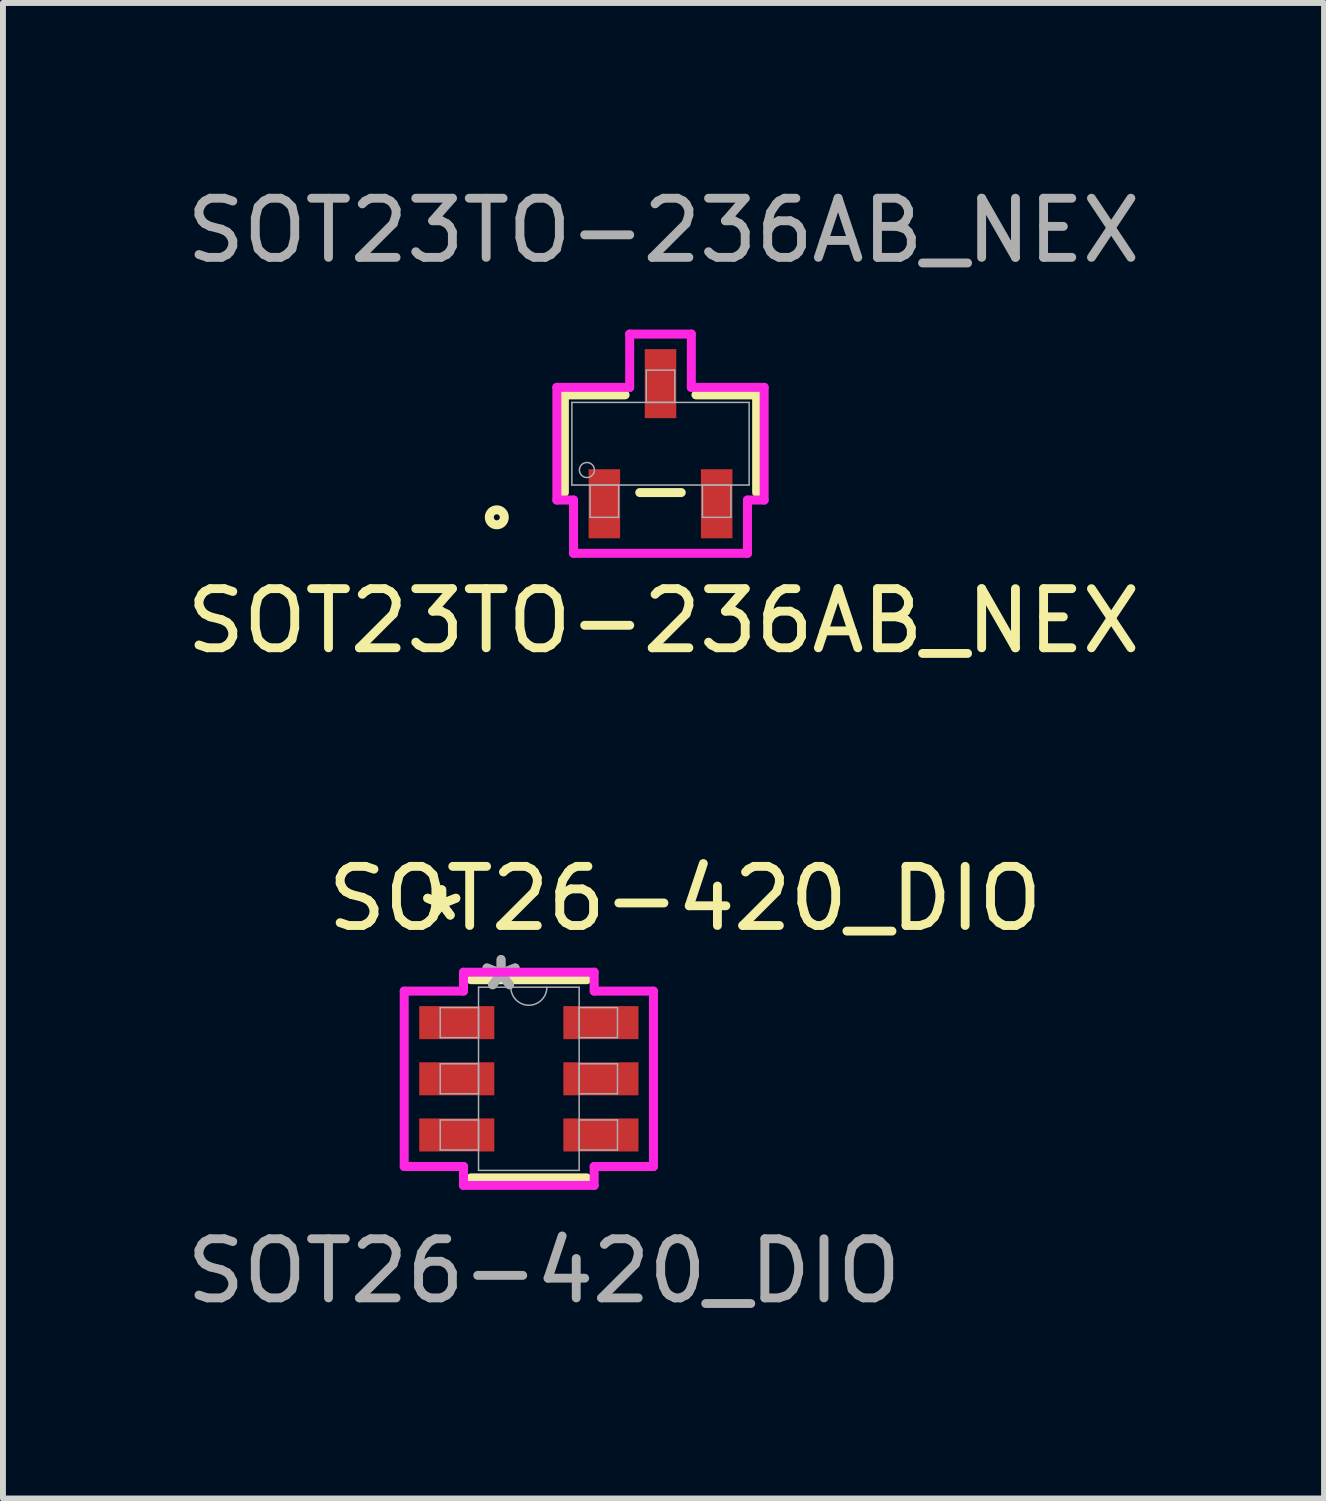
<source format=kicad_pcb>
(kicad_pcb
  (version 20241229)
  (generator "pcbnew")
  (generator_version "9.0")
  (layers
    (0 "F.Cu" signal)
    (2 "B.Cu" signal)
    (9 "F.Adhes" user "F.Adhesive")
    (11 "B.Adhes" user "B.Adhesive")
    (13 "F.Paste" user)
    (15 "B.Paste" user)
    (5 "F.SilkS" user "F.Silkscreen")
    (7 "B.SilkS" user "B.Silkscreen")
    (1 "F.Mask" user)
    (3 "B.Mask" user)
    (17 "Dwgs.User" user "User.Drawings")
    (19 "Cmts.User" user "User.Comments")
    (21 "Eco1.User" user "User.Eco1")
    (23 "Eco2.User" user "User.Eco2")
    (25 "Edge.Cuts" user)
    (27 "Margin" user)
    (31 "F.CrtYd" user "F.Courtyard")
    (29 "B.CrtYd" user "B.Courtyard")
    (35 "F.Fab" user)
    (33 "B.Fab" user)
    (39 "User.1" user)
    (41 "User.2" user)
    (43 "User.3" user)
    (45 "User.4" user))
  (footprint "SOT26-420_DIO"
    (layer "F.Cu")
    (at 5.895 15.197)
    (property "Reference" "SOT26-420_DIO" (at 2.642 -3.048 0) (unlocked yes) (layer "F.SilkS") (effects (font (size 1 1) (thickness 0.15))))
    (attr smd)
    (fp_line (start -0.978 1.676) (end 0.978 1.676) (stroke (width 0.152) (type solid)) (layer "F.SilkS"))
    (fp_line (start 0.978 -1.676) (end -0.978 -1.676) (stroke (width 0.152) (type solid)) (layer "F.SilkS"))
    (fp_line (start -2.108 -1.483) (end -1.105 -1.483) (stroke (width 0.152) (type solid)) (layer "F.CrtYd"))
    (fp_line (start -2.108 1.483) (end -2.108 -1.483) (stroke (width 0.152) (type solid)) (layer "F.CrtYd"))
    (fp_line (start -2.108 1.483) (end -1.105 1.483) (stroke (width 0.152) (type solid)) (layer "F.CrtYd"))
    (fp_line (start -1.105 -1.803) (end 1.105 -1.803) (stroke (width 0.152) (type solid)) (layer "F.CrtYd"))
    (fp_line (start -1.105 -1.483) (end -1.105 -1.803) (stroke (width 0.152) (type solid)) (layer "F.CrtYd"))
    (fp_line (start -1.105 1.803) (end -1.105 1.483) (stroke (width 0.152) (type solid)) (layer "F.CrtYd"))
    (fp_line (start 1.105 -1.803) (end 1.105 -1.483) (stroke (width 0.152) (type solid)) (layer "F.CrtYd"))
    (fp_line (start 1.105 1.483) (end 1.105 1.803) (stroke (width 0.152) (type solid)) (layer "F.CrtYd"))
    (fp_line (start 1.105 1.803) (end -1.105 1.803) (stroke (width 0.152) (type solid)) (layer "F.CrtYd"))
    (fp_line (start 2.108 -1.483) (end 1.105 -1.483) (stroke (width 0.152) (type solid)) (layer "F.CrtYd"))
    (fp_line (start 2.108 -1.483) (end 2.108 1.483) (stroke (width 0.152) (type solid)) (layer "F.CrtYd"))
    (fp_line (start 2.108 1.483) (end 1.105 1.483) (stroke (width 0.152) (type solid)) (layer "F.CrtYd"))
    (fp_line (start -1.499 -1.204) (end -1.499 -0.696) (stroke (width 0.025) (type solid)) (layer "F.Fab"))
    (fp_line (start -1.499 -0.696) (end -0.851 -0.696) (stroke (width 0.025) (type solid)) (layer "F.Fab"))
    (fp_line (start -1.499 -0.254) (end -1.499 0.254) (stroke (width 0.025) (type solid)) (layer "F.Fab"))
    (fp_line (start -1.499 0.254) (end -0.851 0.254) (stroke (width 0.025) (type solid)) (layer "F.Fab"))
    (fp_line (start -1.499 0.696) (end -1.499 1.204) (stroke (width 0.025) (type solid)) (layer "F.Fab"))
    (fp_line (start -1.499 1.204) (end -0.851 1.204) (stroke (width 0.025) (type solid)) (layer "F.Fab"))
    (fp_line (start -0.851 -1.549) (end -0.851 1.549) (stroke (width 0.025) (type solid)) (layer "F.Fab"))
    (fp_line (start -0.851 -1.204) (end -1.499 -1.204) (stroke (width 0.025) (type solid)) (layer "F.Fab"))
    (fp_line (start -0.851 -0.696) (end -0.851 -1.204) (stroke (width 0.025) (type solid)) (layer "F.Fab"))
    (fp_line (start -0.851 -0.254) (end -1.499 -0.254) (stroke (width 0.025) (type solid)) (layer "F.Fab"))
    (fp_line (start -0.851 0.254) (end -0.851 -0.254) (stroke (width 0.025) (type solid)) (layer "F.Fab"))
    (fp_line (start -0.851 0.696) (end -1.499 0.696) (stroke (width 0.025) (type solid)) (layer "F.Fab"))
    (fp_line (start -0.851 1.204) (end -0.851 0.696) (stroke (width 0.025) (type solid)) (layer "F.Fab"))
    (fp_line (start -0.851 1.549) (end 0.851 1.549) (stroke (width 0.025) (type solid)) (layer "F.Fab"))
    (fp_line (start 0.851 -1.549) (end -0.851 -1.549) (stroke (width 0.025) (type solid)) (layer "F.Fab"))
    (fp_line (start 0.851 -1.204) (end 0.851 -0.696) (stroke (width 0.025) (type solid)) (layer "F.Fab"))
    (fp_line (start 0.851 -0.696) (end 1.499 -0.696) (stroke (width 0.025) (type solid)) (layer "F.Fab"))
    (fp_line (start 0.851 -0.254) (end 0.851 0.254) (stroke (width 0.025) (type solid)) (layer "F.Fab"))
    (fp_line (start 0.851 0.254) (end 1.499 0.254) (stroke (width 0.025) (type solid)) (layer "F.Fab"))
    (fp_line (start 0.851 0.696) (end 0.851 1.204) (stroke (width 0.025) (type solid)) (layer "F.Fab"))
    (fp_line (start 0.851 1.204) (end 1.499 1.204) (stroke (width 0.025) (type solid)) (layer "F.Fab"))
    (fp_line (start 0.851 1.549) (end 0.851 -1.549) (stroke (width 0.025) (type solid)) (layer "F.Fab"))
    (fp_line (start 1.499 -1.204) (end 0.851 -1.204) (stroke (width 0.025) (type solid)) (layer "F.Fab"))
    (fp_line (start 1.499 -0.696) (end 1.499 -1.204) (stroke (width 0.025) (type solid)) (layer "F.Fab"))
    (fp_line (start 1.499 -0.254) (end 0.851 -0.254) (stroke (width 0.025) (type solid)) (layer "F.Fab"))
    (fp_line (start 1.499 0.254) (end 1.499 -0.254) (stroke (width 0.025) (type solid)) (layer "F.Fab"))
    (fp_line (start 1.499 0.696) (end 0.851 0.696) (stroke (width 0.025) (type solid)) (layer "F.Fab"))
    (fp_line (start 1.499 1.204) (end 1.499 0.696) (stroke (width 0.025) (type solid)) (layer "F.Fab"))
    (fp_arc (start 0.3048 -1.5494) (mid 0 -1.2446) (end -0.3048 -1.5494) (stroke (width 0.0254) (type solid)) (layer "F.Fab"))
    (fp_text user "*" (at -1.473 -2.652 0) (unlocked yes) (layer "F.SilkS") (effects (font (size 1 1) (thickness 0.15))))
    (fp_text user "*" (at -1.473 -2.652 0) (layer "F.SilkS") (effects (font (size 1 1) (thickness 0.15))))
    (fp_text user "${REFERENCE}" (at 0.254 3.251 0) (unlocked yes) (layer "F.Fab") (effects (font (size 1 1) (thickness 0.15))))
    (fp_text user "*" (at -0.47 -1.473 0) (layer "F.Fab") (effects (font (size 1 1) (thickness 0.15))))
    (fp_text user "*" (at -0.47 -1.473 0) (unlocked yes) (layer "F.Fab") (effects (font (size 1 1) (thickness 0.15))))
    (pad "1" smd rect (at -1.219 -0.95) (size 1.27 0.559) (layers "F.Cu" "F.Mask" "F.Paste"))
    (pad "2" smd rect (at -1.219 0) (size 1.27 0.559) (layers "F.Cu" "F.Mask" "F.Paste"))
    (pad "3" smd rect (at -1.219 0.95) (size 1.27 0.559) (layers "F.Cu" "F.Mask" "F.Paste"))
    (pad "4" smd rect (at 1.219 0.95) (size 1.27 0.559) (layers "F.Cu" "F.Mask" "F.Paste"))
    (pad "5" smd rect (at 1.219 0) (size 1.27 0.559) (layers "F.Cu" "F.Mask" "F.Paste"))
    (pad "6" smd rect (at 1.219 -0.95) (size 1.27 0.559) (layers "F.Cu" "F.Mask" "F.Paste")))
  (footprint "SOT23TO-236AB_NEX"
    (layer "F.Cu")
    (at 8.122 4.455)
    (property "Reference" "SOT23TO-236AB_NEX" (at 0.051 2.997 0) (unlocked yes) (layer "F.SilkS") (effects (font (size 1 1) (thickness 0.15))))
    (attr smd)
    (fp_line (start -1.626 -0.826) (end -1.626 0.826) (stroke (width 0.152) (type solid)) (layer "F.SilkS"))
    (fp_line (start -0.599 -0.826) (end -1.626 -0.826) (stroke (width 0.152) (type solid)) (layer "F.SilkS"))
    (fp_line (start -0.351 0.826) (end 0.351 0.826) (stroke (width 0.152) (type solid)) (layer "F.SilkS"))
    (fp_line (start 1.626 -0.826) (end 0.599 -0.826) (stroke (width 0.152) (type solid)) (layer "F.SilkS"))
    (fp_line (start 1.626 0.826) (end 1.626 -0.826) (stroke (width 0.152) (type solid)) (layer "F.SilkS"))
    (fp_circle (center -2.769 1.245) (end -2.642 1.245) (stroke (width 0.152) (type solid)) (fill no) (layer "F.SilkS"))
    (fp_line (start -1.753 -0.953) (end -0.521 -0.953) (stroke (width 0.152) (type solid)) (layer "F.CrtYd"))
    (fp_line (start -1.753 0.953) (end -1.753 -0.953) (stroke (width 0.152) (type solid)) (layer "F.CrtYd"))
    (fp_line (start -1.753 0.953) (end -1.471 0.953) (stroke (width 0.152) (type solid)) (layer "F.CrtYd"))
    (fp_line (start -1.471 0.953) (end -1.471 1.854) (stroke (width 0.152) (type solid)) (layer "F.CrtYd"))
    (fp_line (start -1.471 1.854) (end 1.471 1.854) (stroke (width 0.152) (type solid)) (layer "F.CrtYd"))
    (fp_line (start -0.521 -1.854) (end 0.521 -1.854) (stroke (width 0.152) (type solid)) (layer "F.CrtYd"))
    (fp_line (start -0.521 -0.953) (end -0.521 -1.854) (stroke (width 0.152) (type solid)) (layer "F.CrtYd"))
    (fp_line (start 0.521 -0.953) (end 0.521 -1.854) (stroke (width 0.152) (type solid)) (layer "F.CrtYd"))
    (fp_line (start 1.471 0.953) (end 1.471 1.854) (stroke (width 0.152) (type solid)) (layer "F.CrtYd"))
    (fp_line (start 1.753 -0.953) (end 0.521 -0.953) (stroke (width 0.152) (type solid)) (layer "F.CrtYd"))
    (fp_line (start 1.753 -0.953) (end 1.753 0.953) (stroke (width 0.152) (type solid)) (layer "F.CrtYd"))
    (fp_line (start 1.753 0.953) (end 1.471 0.953) (stroke (width 0.152) (type solid)) (layer "F.CrtYd"))
    (fp_line (start -1.499 -0.699) (end -1.499 0.699) (stroke (width 0.025) (type solid)) (layer "F.Fab"))
    (fp_line (start -1.499 0.699) (end 1.499 0.699) (stroke (width 0.025) (type solid)) (layer "F.Fab"))
    (fp_line (start -1.191 0.699) (end -1.191 1.245) (stroke (width 0.025) (type solid)) (layer "F.Fab"))
    (fp_line (start -1.191 1.245) (end -0.709 1.245) (stroke (width 0.025) (type solid)) (layer "F.Fab"))
    (fp_line (start -0.709 0.699) (end -1.191 0.699) (stroke (width 0.025) (type solid)) (layer "F.Fab"))
    (fp_line (start -0.709 1.245) (end -0.709 0.699) (stroke (width 0.025) (type solid)) (layer "F.Fab"))
    (fp_line (start -0.241 -1.245) (end -0.241 -0.699) (stroke (width 0.025) (type solid)) (layer "F.Fab"))
    (fp_line (start -0.241 -0.699) (end 0.241 -0.699) (stroke (width 0.025) (type solid)) (layer "F.Fab"))
    (fp_line (start 0.241 -1.245) (end -0.241 -1.245) (stroke (width 0.025) (type solid)) (layer "F.Fab"))
    (fp_line (start 0.241 -0.699) (end 0.241 -1.245) (stroke (width 0.025) (type solid)) (layer "F.Fab"))
    (fp_line (start 0.709 0.699) (end 0.709 1.245) (stroke (width 0.025) (type solid)) (layer "F.Fab"))
    (fp_line (start 0.709 1.245) (end 1.191 1.245) (stroke (width 0.025) (type solid)) (layer "F.Fab"))
    (fp_line (start 1.191 0.699) (end 0.709 0.699) (stroke (width 0.025) (type solid)) (layer "F.Fab"))
    (fp_line (start 1.191 1.245) (end 1.191 0.699) (stroke (width 0.025) (type solid)) (layer "F.Fab"))
    (fp_line (start 1.499 -0.699) (end -1.499 -0.699) (stroke (width 0.025) (type solid)) (layer "F.Fab"))
    (fp_line (start 1.499 0.699) (end 1.499 -0.699) (stroke (width 0.025) (type solid)) (layer "F.Fab"))
    (fp_circle (center -1.245 0.445) (end -1.118 0.445) (stroke (width 0.025) (type solid)) (fill no) (layer "F.Fab"))
    (fp_text user "${REFERENCE}" (at 0.051 -3.607 0) (unlocked yes) (layer "F.Fab") (effects (font (size 1 1) (thickness 0.15))))
    (pad "1" smd rect (at -0.95 1.016) (size 0.533 1.168) (layers "F.Cu" "F.Mask" "F.Paste"))
    (pad "2" smd rect (at 0.95 1.016) (size 0.533 1.168) (layers "F.Cu" "F.Mask" "F.Paste"))
    (pad "3" smd rect (at 0 -1.016) (size 0.533 1.168) (layers "F.Cu" "F.Mask" "F.Paste")))
  (gr_rect
    (start -3 -3)
    (end 19.345 22.296)
    (stroke (width 0.1) (type default))
    (fill no)
    (layer "Edge.Cuts")))
</source>
